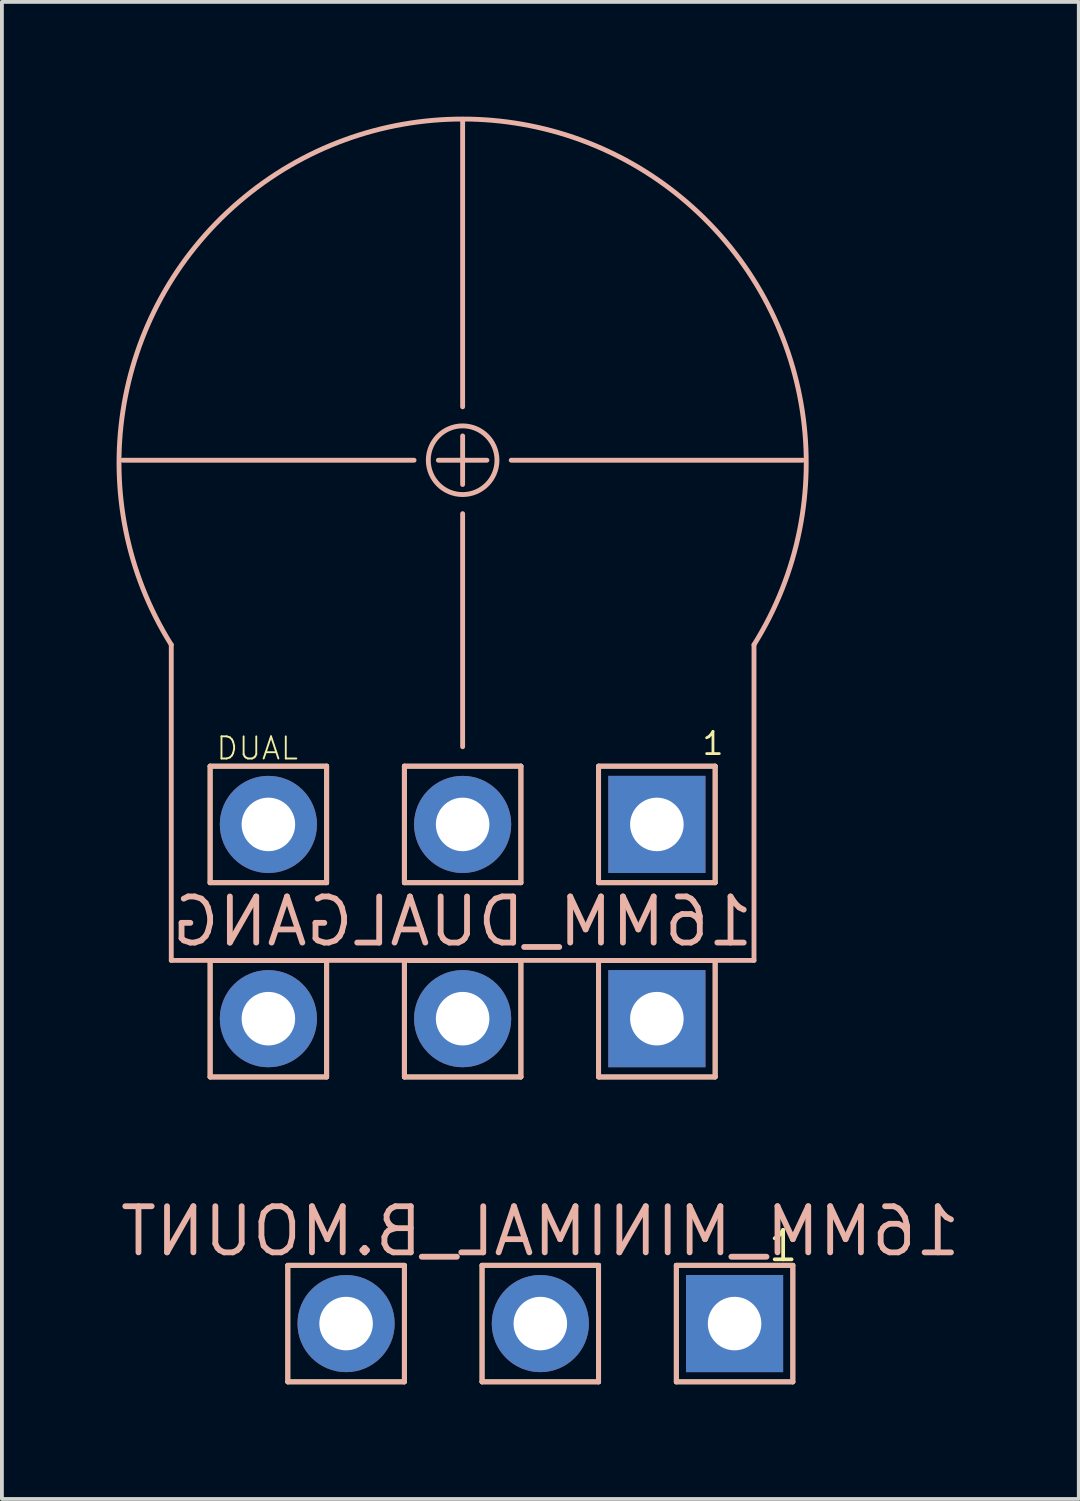
<source format=kicad_pcb>
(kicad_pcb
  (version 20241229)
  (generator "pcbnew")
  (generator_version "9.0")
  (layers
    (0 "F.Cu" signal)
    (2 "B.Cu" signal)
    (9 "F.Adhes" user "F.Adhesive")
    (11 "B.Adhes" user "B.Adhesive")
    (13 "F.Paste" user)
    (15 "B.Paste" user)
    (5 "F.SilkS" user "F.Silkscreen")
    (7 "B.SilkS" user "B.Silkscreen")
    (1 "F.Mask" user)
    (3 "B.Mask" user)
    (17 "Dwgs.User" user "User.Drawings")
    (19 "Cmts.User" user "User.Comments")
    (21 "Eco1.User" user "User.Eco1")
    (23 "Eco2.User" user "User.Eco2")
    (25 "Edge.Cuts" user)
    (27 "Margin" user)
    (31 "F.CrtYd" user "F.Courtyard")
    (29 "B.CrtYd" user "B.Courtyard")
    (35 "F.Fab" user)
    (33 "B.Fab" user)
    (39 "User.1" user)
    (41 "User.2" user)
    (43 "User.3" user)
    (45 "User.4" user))
  (footprint "16MM_MINIMAL_B.MOUNT"
    (layer "F.Cu")
    (at 11.081 31.565)
    (property "Reference" "16MM_MINIMAL_B.MOUNT" (at 0 -2.413 0) (layer "B.SilkS") (effects (font (size 1.206 1.206) (thickness 0.152)) (justify mirror)))
    (attr through_hole)
    (fp_line (start -6.604 -1.524) (end -6.604 1.524) (stroke (width 0.127) (type solid)) (layer "F.SilkS"))
    (fp_line (start -6.604 -1.524) (end -3.556 -1.524) (stroke (width 0.127) (type solid)) (layer "F.SilkS"))
    (fp_line (start -6.604 1.524) (end -3.556 1.524) (stroke (width 0.127) (type solid)) (layer "F.SilkS"))
    (fp_line (start -3.556 1.524) (end -3.556 -1.524) (stroke (width 0.127) (type solid)) (layer "F.SilkS"))
    (fp_line (start -1.524 -1.524) (end -1.524 1.524) (stroke (width 0.127) (type solid)) (layer "F.SilkS"))
    (fp_line (start -1.524 -1.524) (end 1.524 -1.524) (stroke (width 0.127) (type solid)) (layer "F.SilkS"))
    (fp_line (start -1.524 1.524) (end 1.524 1.524) (stroke (width 0.127) (type solid)) (layer "F.SilkS"))
    (fp_line (start 1.524 1.524) (end 1.524 -1.524) (stroke (width 0.127) (type solid)) (layer "F.SilkS"))
    (fp_line (start 3.556 -1.524) (end 3.556 1.524) (stroke (width 0.127) (type solid)) (layer "F.SilkS"))
    (fp_line (start 3.556 -1.524) (end 6.604 -1.524) (stroke (width 0.127) (type solid)) (layer "F.SilkS"))
    (fp_line (start 3.556 1.524) (end 6.604 1.524) (stroke (width 0.127) (type solid)) (layer "F.SilkS"))
    (fp_line (start 6.604 1.524) (end 6.604 -1.524) (stroke (width 0.127) (type solid)) (layer "F.SilkS"))
    (fp_line (start -6.604 -1.524) (end -6.604 1.524) (stroke (width 0.127) (type solid)) (layer "B.SilkS"))
    (fp_line (start -6.604 -1.524) (end -3.556 -1.524) (stroke (width 0.127) (type solid)) (layer "B.SilkS"))
    (fp_line (start -6.604 1.524) (end -3.556 1.524) (stroke (width 0.127) (type solid)) (layer "B.SilkS"))
    (fp_line (start -3.556 1.524) (end -3.556 -1.524) (stroke (width 0.127) (type solid)) (layer "B.SilkS"))
    (fp_line (start -1.524 -1.524) (end -1.524 1.524) (stroke (width 0.127) (type solid)) (layer "B.SilkS"))
    (fp_line (start -1.524 -1.524) (end 1.524 -1.524) (stroke (width 0.127) (type solid)) (layer "B.SilkS"))
    (fp_line (start -1.524 1.524) (end 1.524 1.524) (stroke (width 0.127) (type solid)) (layer "B.SilkS"))
    (fp_line (start 1.524 1.524) (end 1.524 -1.524) (stroke (width 0.127) (type solid)) (layer "B.SilkS"))
    (fp_line (start 3.556 -1.524) (end 3.556 1.524) (stroke (width 0.127) (type solid)) (layer "B.SilkS"))
    (fp_line (start 3.556 -1.524) (end 6.604 -1.524) (stroke (width 0.127) (type solid)) (layer "B.SilkS"))
    (fp_line (start 3.556 1.524) (end 6.604 1.524) (stroke (width 0.127) (type solid)) (layer "B.SilkS"))
    (fp_line (start 6.604 1.524) (end 6.604 -1.524) (stroke (width 0.127) (type solid)) (layer "B.SilkS"))
    (fp_text user "1" (at 6.35 -2.032 0) (layer "F.SilkS") (effects (font (size 0.772 0.772) (thickness 0.098))))
    (pad "1" thru_hole rect (at 5.08 0 180) (size 2.54 2.54) (drill 1.4) (layers "*.Cu" "*.Mask"))
    (pad "2" thru_hole oval (at 0 0 180) (size 2.54 2.54) (drill 1.4) (layers "*.Cu" "*.Mask"))
    (pad "3" thru_hole oval (at -5.08 0 180) (size 2.54 2.54) (drill 1.4) (layers "*.Cu" "*.Mask")))
  (footprint "16MM_DUALGANG"
    (layer "F.Cu")
    (at 9.049 23.591)
    (property "Reference" "16MM_DUALGANG" (at 0 -2.54 0) (layer "B.SilkS") (effects (font (size 1.206 1.206) (thickness 0.152)) (justify mirror)))
    (attr through_hole)
    (fp_line (start -6.604 -6.604) (end -3.556 -6.604) (stroke (width 0.127) (type solid)) (layer "F.SilkS"))
    (fp_line (start -6.604 -3.556) (end -6.604 -6.604) (stroke (width 0.127) (type solid)) (layer "F.SilkS"))
    (fp_line (start -6.604 -1.524) (end -3.556 -1.524) (stroke (width 0.127) (type solid)) (layer "F.SilkS"))
    (fp_line (start -6.604 1.524) (end -6.604 -1.524) (stroke (width 0.127) (type solid)) (layer "F.SilkS"))
    (fp_line (start -3.556 -6.604) (end -3.556 -3.556) (stroke (width 0.127) (type solid)) (layer "F.SilkS"))
    (fp_line (start -3.556 -3.556) (end -6.604 -3.556) (stroke (width 0.127) (type solid)) (layer "F.SilkS"))
    (fp_line (start -3.556 -1.524) (end -3.556 1.524) (stroke (width 0.127) (type solid)) (layer "F.SilkS"))
    (fp_line (start -3.556 1.524) (end -6.604 1.524) (stroke (width 0.127) (type solid)) (layer "F.SilkS"))
    (fp_line (start -1.524 -6.604) (end 1.524 -6.604) (stroke (width 0.127) (type solid)) (layer "F.SilkS"))
    (fp_line (start -1.524 -3.556) (end -1.524 -6.604) (stroke (width 0.127) (type solid)) (layer "F.SilkS"))
    (fp_line (start -1.524 1.524) (end -1.524 -1.524) (stroke (width 0.127) (type solid)) (layer "F.SilkS"))
    (fp_line (start -1.397 -1.524) (end 1.524 -1.524) (stroke (width 0.127) (type solid)) (layer "F.SilkS"))
    (fp_line (start 1.524 -6.604) (end 1.524 -3.556) (stroke (width 0.127) (type solid)) (layer "F.SilkS"))
    (fp_line (start 1.524 -3.556) (end -1.524 -3.556) (stroke (width 0.127) (type solid)) (layer "F.SilkS"))
    (fp_line (start 1.524 -1.524) (end 1.524 1.524) (stroke (width 0.127) (type solid)) (layer "F.SilkS"))
    (fp_line (start 1.524 1.524) (end -1.524 1.524) (stroke (width 0.127) (type solid)) (layer "F.SilkS"))
    (fp_line (start 3.556 -6.604) (end 6.604 -6.604) (stroke (width 0.127) (type solid)) (layer "F.SilkS"))
    (fp_line (start 3.556 -3.556) (end 3.556 -6.604) (stroke (width 0.127) (type solid)) (layer "F.SilkS"))
    (fp_line (start 3.556 -1.524) (end 6.604 -1.524) (stroke (width 0.127) (type solid)) (layer "F.SilkS"))
    (fp_line (start 3.556 1.524) (end 3.556 -1.524) (stroke (width 0.127) (type solid)) (layer "F.SilkS"))
    (fp_line (start 6.604 -6.604) (end 6.604 -3.556) (stroke (width 0.127) (type solid)) (layer "F.SilkS"))
    (fp_line (start 6.604 -3.556) (end 3.556 -3.556) (stroke (width 0.127) (type solid)) (layer "F.SilkS"))
    (fp_line (start 6.604 -1.524) (end 6.604 1.524) (stroke (width 0.127) (type solid)) (layer "F.SilkS"))
    (fp_line (start 6.604 1.524) (end 3.556 1.524) (stroke (width 0.127) (type solid)) (layer "F.SilkS"))
    (fp_line (start -7.62 -9.779) (end -7.62 -1.524) (stroke (width 0.127) (type solid)) (layer "B.SilkS"))
    (fp_line (start -7.62 -1.524) (end 7.62 -1.524) (stroke (width 0.127) (type solid)) (layer "B.SilkS"))
    (fp_line (start -6.604 -6.604) (end -3.556 -6.604) (stroke (width 0.127) (type solid)) (layer "B.SilkS"))
    (fp_line (start -6.604 -3.556) (end -6.604 -6.604) (stroke (width 0.127) (type solid)) (layer "B.SilkS"))
    (fp_line (start -6.604 -1.524) (end -3.556 -1.524) (stroke (width 0.127) (type solid)) (layer "B.SilkS"))
    (fp_line (start -6.604 1.524) (end -6.604 -1.524) (stroke (width 0.127) (type solid)) (layer "B.SilkS"))
    (fp_line (start -3.556 -6.604) (end -3.556 -3.556) (stroke (width 0.127) (type solid)) (layer "B.SilkS"))
    (fp_line (start -3.556 -3.556) (end -6.604 -3.556) (stroke (width 0.127) (type solid)) (layer "B.SilkS"))
    (fp_line (start -3.556 -1.524) (end -3.556 1.524) (stroke (width 0.127) (type solid)) (layer "B.SilkS"))
    (fp_line (start -3.556 1.524) (end -6.604 1.524) (stroke (width 0.127) (type solid)) (layer "B.SilkS"))
    (fp_line (start -1.524 -6.604) (end 1.524 -6.604) (stroke (width 0.127) (type solid)) (layer "B.SilkS"))
    (fp_line (start -1.524 -3.556) (end -1.524 -6.604) (stroke (width 0.127) (type solid)) (layer "B.SilkS"))
    (fp_line (start -1.524 1.524) (end -1.524 -1.524) (stroke (width 0.127) (type solid)) (layer "B.SilkS"))
    (fp_line (start -1.397 -1.524) (end 1.524 -1.524) (stroke (width 0.127) (type solid)) (layer "B.SilkS"))
    (fp_line (start -1.27 -14.605) (end -8.89 -14.605) (stroke (width 0.127) (type solid)) (layer "B.SilkS"))
    (fp_line (start -0.635 -14.605) (end 0.635 -14.605) (stroke (width 0.127) (type solid)) (layer "B.SilkS"))
    (fp_line (start 0 -16.002) (end 0 -23.495) (stroke (width 0.127) (type solid)) (layer "B.SilkS"))
    (fp_line (start 0 -15.24) (end 0 -13.97) (stroke (width 0.127) (type solid)) (layer "B.SilkS"))
    (fp_line (start 0 -13.208) (end 0 -7.112) (stroke (width 0.127) (type solid)) (layer "B.SilkS"))
    (fp_line (start 1.27 -14.605) (end 8.89 -14.605) (stroke (width 0.127) (type solid)) (layer "B.SilkS"))
    (fp_line (start 1.524 -6.604) (end 1.524 -3.556) (stroke (width 0.127) (type solid)) (layer "B.SilkS"))
    (fp_line (start 1.524 -3.556) (end -1.524 -3.556) (stroke (width 0.127) (type solid)) (layer "B.SilkS"))
    (fp_line (start 1.524 -1.524) (end 1.524 1.524) (stroke (width 0.127) (type solid)) (layer "B.SilkS"))
    (fp_line (start 1.524 1.524) (end -1.524 1.524) (stroke (width 0.127) (type solid)) (layer "B.SilkS"))
    (fp_line (start 3.556 -6.604) (end 6.604 -6.604) (stroke (width 0.127) (type solid)) (layer "B.SilkS"))
    (fp_line (start 3.556 -3.556) (end 3.556 -6.604) (stroke (width 0.127) (type solid)) (layer "B.SilkS"))
    (fp_line (start 3.556 -1.524) (end 6.604 -1.524) (stroke (width 0.127) (type solid)) (layer "B.SilkS"))
    (fp_line (start 3.556 1.524) (end 3.556 -1.524) (stroke (width 0.127) (type solid)) (layer "B.SilkS"))
    (fp_line (start 6.604 -6.604) (end 6.604 -3.556) (stroke (width 0.127) (type solid)) (layer "B.SilkS"))
    (fp_line (start 6.604 -3.556) (end 3.556 -3.556) (stroke (width 0.127) (type solid)) (layer "B.SilkS"))
    (fp_line (start 6.604 -1.524) (end 6.604 1.524) (stroke (width 0.127) (type solid)) (layer "B.SilkS"))
    (fp_line (start 6.604 1.524) (end 3.556 1.524) (stroke (width 0.127) (type solid)) (layer "B.SilkS"))
    (fp_line (start 7.62 -1.524) (end 7.62 -9.779) (stroke (width 0.127) (type solid)) (layer "B.SilkS"))
    (fp_arc (start -7.62 -9.779) (mid 0.000001 -23.527365) (end 7.619999 -9.778999) (stroke (width 0.127) (type solid)) (layer "B.SilkS"))
    (fp_circle (center 0 -14.605) (end 0.898 -14.605) (stroke (width 0.127) (type solid)) (fill no) (layer "B.SilkS"))
    (fp_text user "DUAL" (at -6.477 -6.731 0) (layer "F.SilkS") (effects (font (size 0.579 0.579) (thickness 0.049)) (justify left bottom)))
    (fp_text user "1" (at 6.223 -6.858 0) (layer "F.SilkS") (effects (font (size 0.579 0.579) (thickness 0.073)) (justify left bottom)))
    (pad "1" thru_hole rect (at 5.08 0 180) (size 2.54 2.54) (drill 1.4) (layers "*.Cu" "*.Mask"))
    (pad "2" thru_hole oval (at 0 0 180) (size 2.54 2.54) (drill 1.4) (layers "*.Cu" "*.Mask"))
    (pad "3" thru_hole oval (at -5.08 0 180) (size 2.54 2.54) (drill 1.4) (layers "*.Cu" "*.Mask"))
    (pad "4" thru_hole rect (at 5.08 -5.08 180) (size 2.54 2.54) (drill 1.4) (layers "*.Cu" "*.Mask"))
    (pad "5" thru_hole oval (at 0 -5.08 180) (size 2.54 2.54) (drill 1.4) (layers "*.Cu" "*.Mask"))
    (pad "6" thru_hole oval (at -5.08 -5.08 180) (size 2.54 2.54) (drill 1.4) (layers "*.Cu" "*.Mask")))
  (gr_rect
    (start -3 -3)
    (end 25.163 36.152)
    (stroke (width 0.1) (type default))
    (fill no)
    (layer "Edge.Cuts")))
</source>
